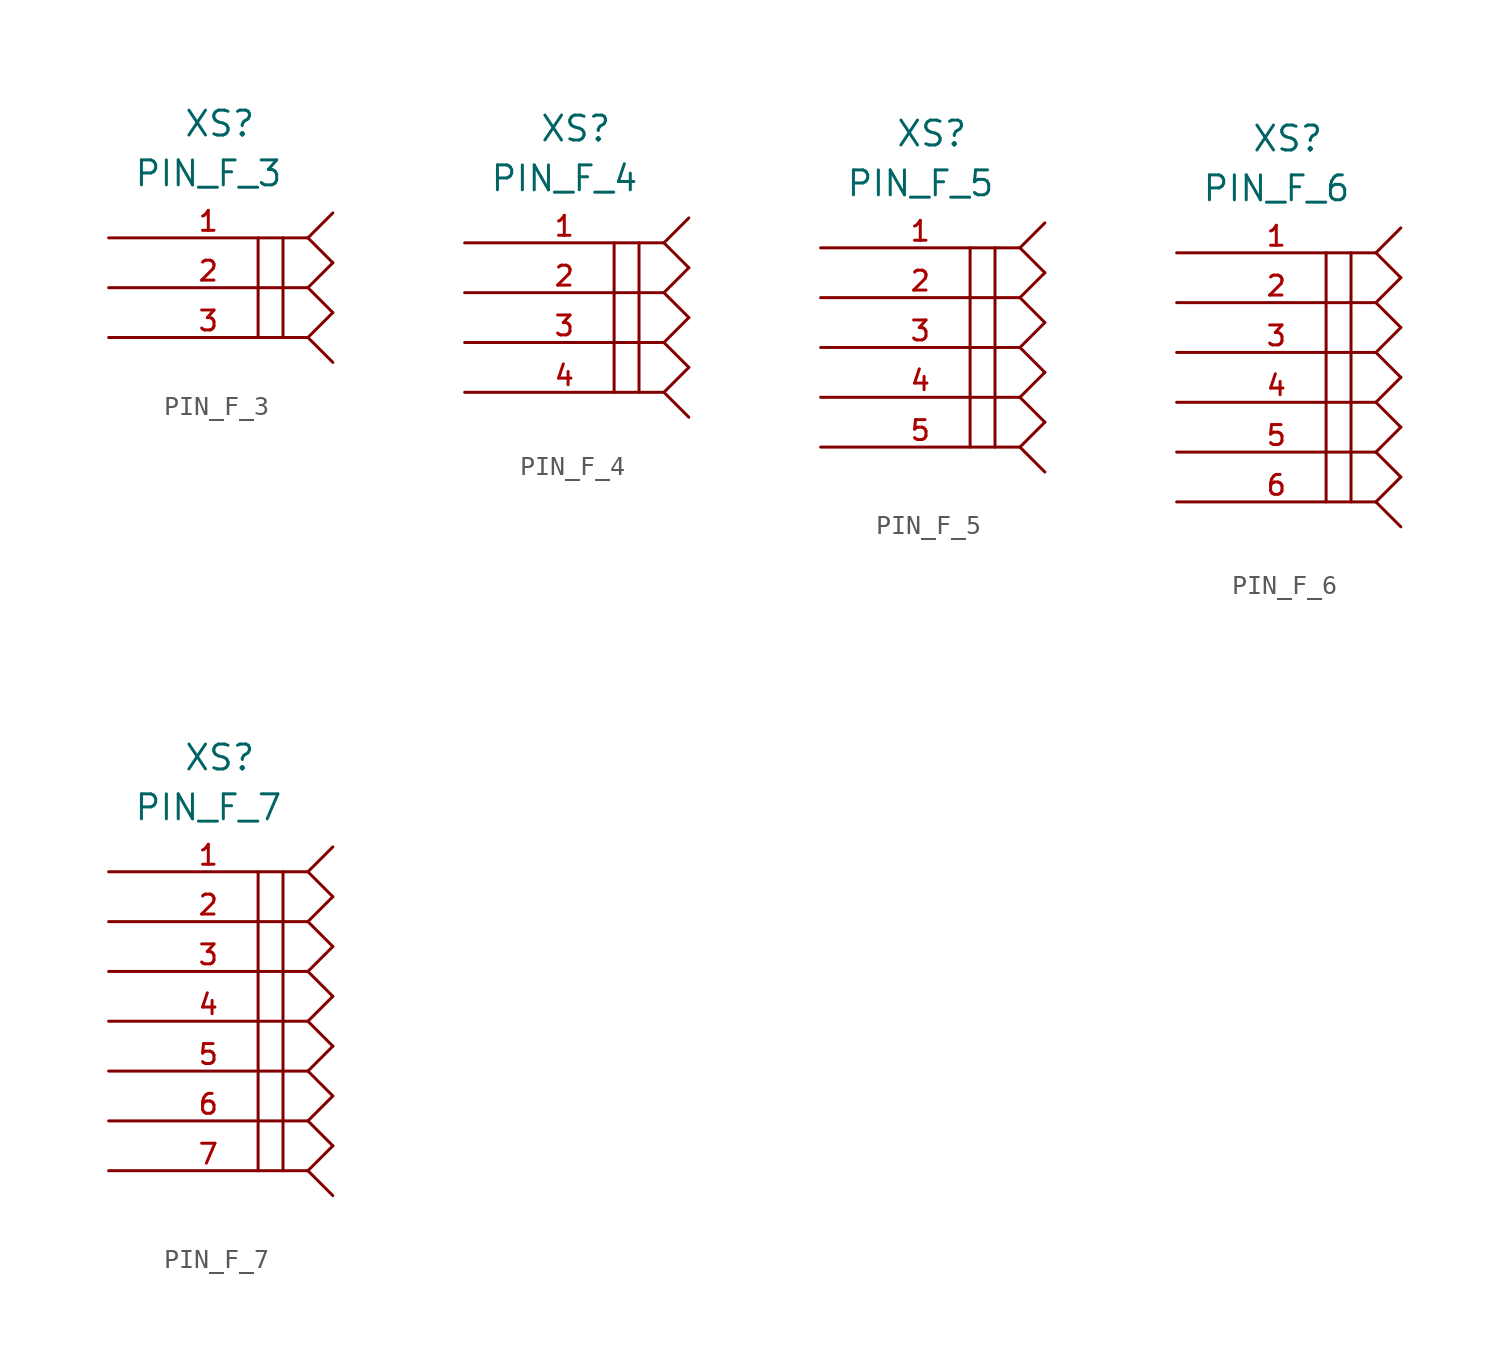
<source format=kicad_sym>
(kicad_symbol_lib
  (version 20211014)
  (generator kicad_symbol_editor)
  (symbol "PIN_F_3"
    (pin_names
      (offset 1.016))
    (property "Reference" "XS"
      (at 3.81 5.08 0)
      (effects (font (size 1.27 1.27)) (justify left bottom)))
    (property "Value" "PIN_F_3"
      (at 1.27 2.54 0)
      (effects (font (size 1.27 1.27)) (justify left bottom)))
    (property "Datasheet" ""
      (at 0 0 0)
      (effects (font (size 1.524 1.524))))
    (property "ki_locked" ""
      (at 0 0 0)
      (effects (font (size 1.27 1.27))))
    (symbol "PIN_F_3_0_1"
      (polyline (pts (xy 7.62 -5.08) (xy 7.62 0)) (stroke (width 0) (type default) (color 0 0 0 0)) (fill (type none)))
      (polyline (pts (xy 8.89 -5.08) (xy 8.89 0)) (stroke (width 0) (type default) (color 0 0 0 0)) (fill (type none)))
      (polyline (pts (xy 10.16 -5.08) (xy 11.43 -6.35)) (stroke (width 0) (type default) (color 0 0 0 0)) (fill (type none)))
      (polyline (pts (xy 10.16 -5.08) (xy 11.43 -3.81)) (stroke (width 0) (type default) (color 0 0 0 0)) (fill (type none)))
      (polyline (pts (xy 10.16 -2.54) (xy 11.43 -3.81)) (stroke (width 0) (type default) (color 0 0 0 0)) (fill (type none)))
      (polyline (pts (xy 10.16 -2.54) (xy 11.43 -1.27)) (stroke (width 0) (type default) (color 0 0 0 0)) (fill (type none)))
      (polyline (pts (xy 10.16 0) (xy 11.43 -1.27)) (stroke (width 0) (type default) (color 0 0 0 0)) (fill (type none)))
      (polyline (pts (xy 10.16 0) (xy 11.43 1.27)) (stroke (width 0) (type default) (color 0 0 0 0)) (fill (type none))))
    (symbol "PIN_F_3_1_1"
      (pin passive line (at 0 0 0) (length 10.16) (name "~" (effects (font (size 1.016 1.016)))) (number "1" (effects (font (size 1.016 1.016)))))
      (pin passive line (at 0 -2.54 0) (length 10.16) (name "~" (effects (font (size 1.016 1.016)))) (number "2" (effects (font (size 1.016 1.016)))))
      (pin passive line (at 0 -5.08 0) (length 10.16) (name "~" (effects (font (size 1.016 1.016)))) (number "3" (effects (font (size 1.016 1.016)))))))
  (symbol "PIN_F_4"
    (pin_names
      (offset 1.016))
    (property "Reference" "XS"
      (at 3.81 5.08 0)
      (effects (font (size 1.27 1.27)) (justify left bottom)))
    (property "Value" "PIN_F_4"
      (at 1.27 2.54 0)
      (effects (font (size 1.27 1.27)) (justify left bottom)))
    (property "Datasheet" ""
      (at 0 0 0)
      (effects (font (size 1.524 1.524))))
    (property "ki_locked" ""
      (at 0 0 0)
      (effects (font (size 1.27 1.27))))
    (symbol "PIN_F_4_0_1"
      (polyline (pts (xy 7.62 -7.62) (xy 7.62 0)) (stroke (width 0) (type default) (color 0 0 0 0)) (fill (type none)))
      (polyline (pts (xy 8.89 0) (xy 8.89 -7.62)) (stroke (width 0) (type default) (color 0 0 0 0)) (fill (type none)))
      (polyline (pts (xy 10.16 -7.62) (xy 11.43 -8.89)) (stroke (width 0) (type default) (color 0 0 0 0)) (fill (type none)))
      (polyline (pts (xy 10.16 -7.62) (xy 11.43 -6.35)) (stroke (width 0) (type default) (color 0 0 0 0)) (fill (type none)))
      (polyline (pts (xy 10.16 -5.08) (xy 11.43 -6.35)) (stroke (width 0) (type default) (color 0 0 0 0)) (fill (type none)))
      (polyline (pts (xy 10.16 -5.08) (xy 11.43 -3.81)) (stroke (width 0) (type default) (color 0 0 0 0)) (fill (type none)))
      (polyline (pts (xy 10.16 -2.54) (xy 11.43 -3.81)) (stroke (width 0) (type default) (color 0 0 0 0)) (fill (type none)))
      (polyline (pts (xy 10.16 -2.54) (xy 11.43 -1.27)) (stroke (width 0) (type default) (color 0 0 0 0)) (fill (type none)))
      (polyline (pts (xy 10.16 0) (xy 11.43 -1.27)) (stroke (width 0) (type default) (color 0 0 0 0)) (fill (type none)))
      (polyline (pts (xy 10.16 0) (xy 11.43 1.27)) (stroke (width 0) (type default) (color 0 0 0 0)) (fill (type none))))
    (symbol "PIN_F_4_1_1"
      (pin passive line (at 0 0 0) (length 10.16) (name "~" (effects (font (size 1.016 1.016)))) (number "1" (effects (font (size 1.016 1.016)))))
      (pin passive line (at 0 -2.54 0) (length 10.16) (name "~" (effects (font (size 1.016 1.016)))) (number "2" (effects (font (size 1.016 1.016)))))
      (pin passive line (at 0 -5.08 0) (length 10.16) (name "~" (effects (font (size 1.016 1.016)))) (number "3" (effects (font (size 1.016 1.016)))))
      (pin passive line (at 0 -7.62 0) (length 10.16) (name "~" (effects (font (size 1.016 1.016)))) (number "4" (effects (font (size 1.016 1.016)))))))
  (symbol "PIN_F_5"
    (pin_names
      (offset 1.016))
    (property "Reference" "XS"
      (at 3.81 5.08 0)
      (effects (font (size 1.27 1.27)) (justify left bottom)))
    (property "Value" "PIN_F_5"
      (at 1.27 2.54 0)
      (effects (font (size 1.27 1.27)) (justify left bottom)))
    (property "Datasheet" ""
      (at 0 0 0)
      (effects (font (size 1.524 1.524))))
    (property "ki_locked" ""
      (at 0 0 0)
      (effects (font (size 1.27 1.27))))
    (symbol "PIN_F_5_0_1"
      (polyline (pts (xy 7.62 -10.16) (xy 7.62 0)) (stroke (width 0) (type default) (color 0 0 0 0)) (fill (type none)))
      (polyline (pts (xy 8.89 0) (xy 8.89 -10.16)) (stroke (width 0) (type default) (color 0 0 0 0)) (fill (type none)))
      (polyline (pts (xy 10.16 -10.16) (xy 11.43 -11.43)) (stroke (width 0) (type default) (color 0 0 0 0)) (fill (type none)))
      (polyline (pts (xy 10.16 -10.16) (xy 11.43 -8.89)) (stroke (width 0) (type default) (color 0 0 0 0)) (fill (type none)))
      (polyline (pts (xy 10.16 -7.62) (xy 11.43 -8.89)) (stroke (width 0) (type default) (color 0 0 0 0)) (fill (type none)))
      (polyline (pts (xy 10.16 -7.62) (xy 11.43 -6.35)) (stroke (width 0) (type default) (color 0 0 0 0)) (fill (type none)))
      (polyline (pts (xy 10.16 -5.08) (xy 11.43 -6.35)) (stroke (width 0) (type default) (color 0 0 0 0)) (fill (type none)))
      (polyline (pts (xy 10.16 -5.08) (xy 11.43 -3.81)) (stroke (width 0) (type default) (color 0 0 0 0)) (fill (type none)))
      (polyline (pts (xy 10.16 -2.54) (xy 11.43 -3.81)) (stroke (width 0) (type default) (color 0 0 0 0)) (fill (type none)))
      (polyline (pts (xy 10.16 -2.54) (xy 11.43 -1.27)) (stroke (width 0) (type default) (color 0 0 0 0)) (fill (type none)))
      (polyline (pts (xy 10.16 0) (xy 11.43 -1.27)) (stroke (width 0) (type default) (color 0 0 0 0)) (fill (type none)))
      (polyline (pts (xy 10.16 0) (xy 11.43 1.27)) (stroke (width 0) (type default) (color 0 0 0 0)) (fill (type none))))
    (symbol "PIN_F_5_1_1"
      (pin passive line (at 0 0 0) (length 10.16) (name "~" (effects (font (size 1.016 1.016)))) (number "1" (effects (font (size 1.016 1.016)))))
      (pin passive line (at 0 -2.54 0) (length 10.16) (name "~" (effects (font (size 1.016 1.016)))) (number "2" (effects (font (size 1.016 1.016)))))
      (pin passive line (at 0 -5.08 0) (length 10.16) (name "~" (effects (font (size 1.016 1.016)))) (number "3" (effects (font (size 1.016 1.016)))))
      (pin passive line (at 0 -7.62 0) (length 10.16) (name "~" (effects (font (size 1.016 1.016)))) (number "4" (effects (font (size 1.016 1.016)))))
      (pin passive line (at 0 -10.16 0) (length 10.16) (name "~" (effects (font (size 1.016 1.016)))) (number "5" (effects (font (size 1.016 1.016)))))))
  (symbol "PIN_F_6"
    (pin_names
      (offset 1.016))
    (property "Reference" "XS"
      (at 3.81 5.08 0)
      (effects (font (size 1.27 1.27)) (justify left bottom)))
    (property "Value" "PIN_F_6"
      (at 1.27 2.54 0)
      (effects (font (size 1.27 1.27)) (justify left bottom)))
    (property "Datasheet" ""
      (at 0 0 0)
      (effects (font (size 1.524 1.524))))
    (property "ki_locked" ""
      (at 0 0 0)
      (effects (font (size 1.27 1.27))))
    (symbol "PIN_F_6_0_1"
      (polyline (pts (xy 7.62 -12.7) (xy 7.62 0)) (stroke (width 0) (type default) (color 0 0 0 0)) (fill (type none)))
      (polyline (pts (xy 8.89 0) (xy 8.89 -12.7)) (stroke (width 0) (type default) (color 0 0 0 0)) (fill (type none)))
      (polyline (pts (xy 10.16 -12.7) (xy 11.43 -13.97)) (stroke (width 0) (type default) (color 0 0 0 0)) (fill (type none)))
      (polyline (pts (xy 10.16 -12.7) (xy 11.43 -11.43)) (stroke (width 0) (type default) (color 0 0 0 0)) (fill (type none)))
      (polyline (pts (xy 10.16 -10.16) (xy 11.43 -11.43)) (stroke (width 0) (type default) (color 0 0 0 0)) (fill (type none)))
      (polyline (pts (xy 10.16 -10.16) (xy 11.43 -8.89)) (stroke (width 0) (type default) (color 0 0 0 0)) (fill (type none)))
      (polyline (pts (xy 10.16 -7.62) (xy 11.43 -8.89)) (stroke (width 0) (type default) (color 0 0 0 0)) (fill (type none)))
      (polyline (pts (xy 10.16 -7.62) (xy 11.43 -6.35)) (stroke (width 0) (type default) (color 0 0 0 0)) (fill (type none)))
      (polyline (pts (xy 10.16 -5.08) (xy 11.43 -6.35)) (stroke (width 0) (type default) (color 0 0 0 0)) (fill (type none)))
      (polyline (pts (xy 10.16 -5.08) (xy 11.43 -3.81)) (stroke (width 0) (type default) (color 0 0 0 0)) (fill (type none)))
      (polyline (pts (xy 10.16 -2.54) (xy 11.43 -3.81)) (stroke (width 0) (type default) (color 0 0 0 0)) (fill (type none)))
      (polyline (pts (xy 10.16 -2.54) (xy 11.43 -1.27)) (stroke (width 0) (type default) (color 0 0 0 0)) (fill (type none)))
      (polyline (pts (xy 10.16 0) (xy 11.43 -1.27)) (stroke (width 0) (type default) (color 0 0 0 0)) (fill (type none)))
      (polyline (pts (xy 10.16 0) (xy 11.43 1.27)) (stroke (width 0) (type default) (color 0 0 0 0)) (fill (type none))))
    (symbol "PIN_F_6_1_1"
      (pin passive line (at 0 0 0) (length 10.16) (name "~" (effects (font (size 1.016 1.016)))) (number "1" (effects (font (size 1.016 1.016)))))
      (pin passive line (at 0 -2.54 0) (length 10.16) (name "~" (effects (font (size 1.016 1.016)))) (number "2" (effects (font (size 1.016 1.016)))))
      (pin passive line (at 0 -5.08 0) (length 10.16) (name "~" (effects (font (size 1.016 1.016)))) (number "3" (effects (font (size 1.016 1.016)))))
      (pin passive line (at 0 -7.62 0) (length 10.16) (name "~" (effects (font (size 1.016 1.016)))) (number "4" (effects (font (size 1.016 1.016)))))
      (pin passive line (at 0 -10.16 0) (length 10.16) (name "~" (effects (font (size 1.016 1.016)))) (number "5" (effects (font (size 1.016 1.016)))))
      (pin passive line (at 0 -12.7 0) (length 10.16) (name "~" (effects (font (size 1.016 1.016)))) (number "6" (effects (font (size 1.016 1.016)))))))
  (symbol "PIN_F_7"
    (pin_names
      (offset 1.016))
    (property "Reference" "XS"
      (at 3.81 5.08 0)
      (effects (font (size 1.27 1.27)) (justify left bottom)))
    (property "Value" "PIN_F_7"
      (at 1.27 2.54 0)
      (effects (font (size 1.27 1.27)) (justify left bottom)))
    (property "Datasheet" ""
      (at 0 0 0)
      (effects (font (size 1.524 1.524))))
    (property "ki_locked" ""
      (at 0 0 0)
      (effects (font (size 1.27 1.27))))
    (symbol "PIN_F_7_0_1"
      (polyline (pts (xy 7.62 0) (xy 7.62 -15.24)) (stroke (width 0) (type default) (color 0 0 0 0)) (fill (type none)))
      (polyline (pts (xy 8.89 -15.24) (xy 8.89 0)) (stroke (width 0) (type default) (color 0 0 0 0)) (fill (type none)))
      (polyline (pts (xy 10.16 -15.24) (xy 11.43 -16.51)) (stroke (width 0) (type default) (color 0 0 0 0)) (fill (type none)))
      (polyline (pts (xy 10.16 -15.24) (xy 11.43 -13.97)) (stroke (width 0) (type default) (color 0 0 0 0)) (fill (type none)))
      (polyline (pts (xy 10.16 -12.7) (xy 11.43 -13.97)) (stroke (width 0) (type default) (color 0 0 0 0)) (fill (type none)))
      (polyline (pts (xy 10.16 -12.7) (xy 11.43 -11.43)) (stroke (width 0) (type default) (color 0 0 0 0)) (fill (type none)))
      (polyline (pts (xy 10.16 -10.16) (xy 11.43 -11.43)) (stroke (width 0) (type default) (color 0 0 0 0)) (fill (type none)))
      (polyline (pts (xy 10.16 -10.16) (xy 11.43 -8.89)) (stroke (width 0) (type default) (color 0 0 0 0)) (fill (type none)))
      (polyline (pts (xy 10.16 -7.62) (xy 11.43 -8.89)) (stroke (width 0) (type default) (color 0 0 0 0)) (fill (type none)))
      (polyline (pts (xy 10.16 -7.62) (xy 11.43 -6.35)) (stroke (width 0) (type default) (color 0 0 0 0)) (fill (type none)))
      (polyline (pts (xy 10.16 -5.08) (xy 11.43 -6.35)) (stroke (width 0) (type default) (color 0 0 0 0)) (fill (type none)))
      (polyline (pts (xy 10.16 -5.08) (xy 11.43 -3.81)) (stroke (width 0) (type default) (color 0 0 0 0)) (fill (type none)))
      (polyline (pts (xy 10.16 -2.54) (xy 11.43 -3.81)) (stroke (width 0) (type default) (color 0 0 0 0)) (fill (type none)))
      (polyline (pts (xy 10.16 -2.54) (xy 11.43 -1.27)) (stroke (width 0) (type default) (color 0 0 0 0)) (fill (type none)))
      (polyline (pts (xy 10.16 0) (xy 11.43 -1.27)) (stroke (width 0) (type default) (color 0 0 0 0)) (fill (type none)))
      (polyline (pts (xy 10.16 0) (xy 11.43 1.27)) (stroke (width 0) (type default) (color 0 0 0 0)) (fill (type none))))
    (symbol "PIN_F_7_1_1"
      (pin passive line (at 0 0 0) (length 10.16) (name "~" (effects (font (size 1.016 1.016)))) (number "1" (effects (font (size 1.016 1.016)))))
      (pin passive line (at 0 -2.54 0) (length 10.16) (name "~" (effects (font (size 1.016 1.016)))) (number "2" (effects (font (size 1.016 1.016)))))
      (pin passive line (at 0 -5.08 0) (length 10.16) (name "~" (effects (font (size 1.016 1.016)))) (number "3" (effects (font (size 1.016 1.016)))))
      (pin passive line (at 0 -7.62 0) (length 10.16) (name "~" (effects (font (size 1.016 1.016)))) (number "4" (effects (font (size 1.016 1.016)))))
      (pin passive line (at 0 -10.16 0) (length 10.16) (name "~" (effects (font (size 1.016 1.016)))) (number "5" (effects (font (size 1.016 1.016)))))
      (pin passive line (at 0 -12.7 0) (length 10.16) (name "~" (effects (font (size 1.016 1.016)))) (number "6" (effects (font (size 1.016 1.016)))))
      (pin passive line (at 0 -15.24 0) (length 10.16) (name "~" (effects (font (size 1.016 1.016)))) (number "7" (effects (font (size 1.016 1.016))))))))
</source>
